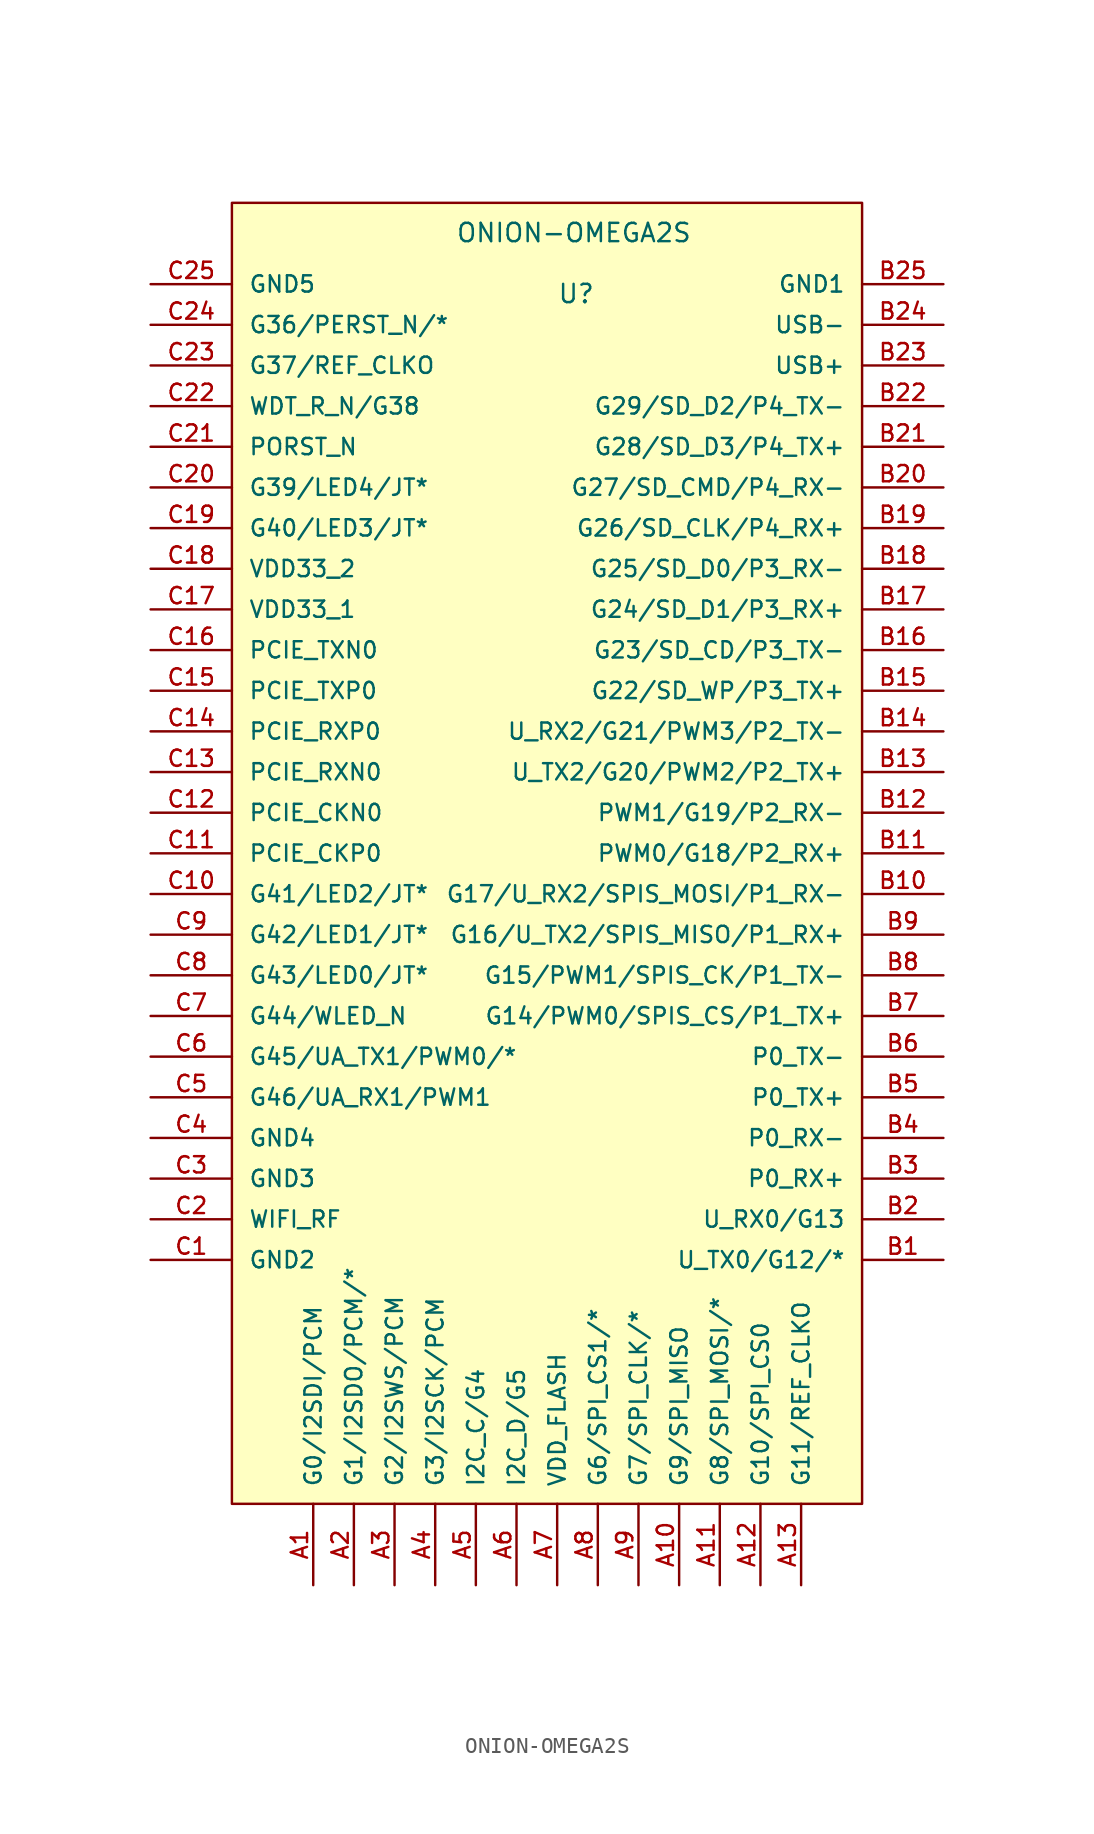
<source format=kicad_sym>
(kicad_symbol_lib
  (version 20220914)
  (generator kicad_symbol_editor)
  (symbol "ONION-OMEGA2S"
    (pin_names
      (offset 1.016))
    (property "Reference" "U"
      (at 0 34.29 0)
      (effects (font (size 1.143 1.143)) (justify left bottom)))
    (property "Value" "ONION-OMEGA2S"
      (at -6.35 38.1 0)
      (effects (font (size 1.143 1.143)) (justify left bottom)))
    (symbol "ONION-OMEGA2S_0_1"
      (rectangle (start -20.32 40.64) (end 19.05 -40.64) (stroke (width 0) (type default)) (fill (type background))))
    (symbol "ONION-OMEGA2S_1_1"
      (pin bidirectional line (at -15.24 -45.72 90) (length 5.08) (name "G0/I2SDI/PCM" (effects (font (size 1.016 1.016)))) (number "A1" (effects (font (size 1.016 1.016)))))
      (pin bidirectional line (at 7.62 -45.72 90) (length 5.08) (name "G9/SPI_MISO" (effects (font (size 1.016 1.016)))) (number "A10" (effects (font (size 1.016 1.016)))))
      (pin bidirectional line (at 10.16 -45.72 90) (length 5.08) (name "G8/SPI_MOSI/*" (effects (font (size 1.016 1.016)))) (number "A11" (effects (font (size 1.016 1.016)))))
      (pin bidirectional line (at 12.7 -45.72 90) (length 5.08) (name "G10/SPI_CS0" (effects (font (size 1.016 1.016)))) (number "A12" (effects (font (size 1.016 1.016)))))
      (pin bidirectional line (at 15.24 -45.72 90) (length 5.08) (name "G11/REF_CLKO" (effects (font (size 1.016 1.016)))) (number "A13" (effects (font (size 1.016 1.016)))))
      (pin bidirectional line (at -12.7 -45.72 90) (length 5.08) (name "G1/I2SDO/PCM/*" (effects (font (size 1.016 1.016)))) (number "A2" (effects (font (size 1.016 1.016)))))
      (pin bidirectional line (at -10.16 -45.72 90) (length 5.08) (name "G2/I2SWS/PCM" (effects (font (size 1.016 1.016)))) (number "A3" (effects (font (size 1.016 1.016)))))
      (pin bidirectional line (at -7.62 -45.72 90) (length 5.08) (name "G3/I2SCK/PCM" (effects (font (size 1.016 1.016)))) (number "A4" (effects (font (size 1.016 1.016)))))
      (pin bidirectional line (at -5.08 -45.72 90) (length 5.08) (name "I2C_C/G4" (effects (font (size 1.016 1.016)))) (number "A5" (effects (font (size 1.016 1.016)))))
      (pin bidirectional line (at -2.54 -45.72 90) (length 5.08) (name "I2C_D/G5" (effects (font (size 1.016 1.016)))) (number "A6" (effects (font (size 1.016 1.016)))))
      (pin power_in line (at 0 -45.72 90) (length 5.08) (name "VDD_FLASH" (effects (font (size 1.016 1.016)))) (number "A7" (effects (font (size 1.016 1.016)))))
      (pin bidirectional line (at 2.54 -45.72 90) (length 5.08) (name "G6/SPI_CS1/*" (effects (font (size 1.016 1.016)))) (number "A8" (effects (font (size 1.016 1.016)))))
      (pin bidirectional line (at 5.08 -45.72 90) (length 5.08) (name "G7/SPI_CLK/*" (effects (font (size 1.016 1.016)))) (number "A9" (effects (font (size 1.016 1.016)))))
      (pin bidirectional line (at 24.13 -25.4 180) (length 5.08) (name "U_TX0/G12/*" (effects (font (size 1.016 1.016)))) (number "B1" (effects (font (size 1.016 1.016)))))
      (pin bidirectional line (at 24.13 -2.54 180) (length 5.08) (name "G17/U_RX2/SPIS_MOSI/P1_RX-" (effects (font (size 1.016 1.016)))) (number "B10" (effects (font (size 1.016 1.016)))))
      (pin bidirectional line (at 24.13 0 180) (length 5.08) (name "PWM0/G18/P2_RX+" (effects (font (size 1.016 1.016)))) (number "B11" (effects (font (size 1.016 1.016)))))
      (pin bidirectional line (at 24.13 2.54 180) (length 5.08) (name "PWM1/G19/P2_RX-" (effects (font (size 1.016 1.016)))) (number "B12" (effects (font (size 1.016 1.016)))))
      (pin bidirectional line (at 24.13 5.08 180) (length 5.08) (name "U_TX2/G20/PWM2/P2_TX+" (effects (font (size 1.016 1.016)))) (number "B13" (effects (font (size 1.016 1.016)))))
      (pin bidirectional line (at 24.13 7.62 180) (length 5.08) (name "U_RX2/G21/PWM3/P2_TX-" (effects (font (size 1.016 1.016)))) (number "B14" (effects (font (size 1.016 1.016)))))
      (pin bidirectional line (at 24.13 10.16 180) (length 5.08) (name "G22/SD_WP/P3_TX+" (effects (font (size 1.016 1.016)))) (number "B15" (effects (font (size 1.016 1.016)))))
      (pin bidirectional line (at 24.13 12.7 180) (length 5.08) (name "G23/SD_CD/P3_TX-" (effects (font (size 1.016 1.016)))) (number "B16" (effects (font (size 1.016 1.016)))))
      (pin bidirectional line (at 24.13 15.24 180) (length 5.08) (name "G24/SD_D1/P3_RX+" (effects (font (size 1.016 1.016)))) (number "B17" (effects (font (size 1.016 1.016)))))
      (pin bidirectional line (at 24.13 17.78 180) (length 5.08) (name "G25/SD_D0/P3_RX-" (effects (font (size 1.016 1.016)))) (number "B18" (effects (font (size 1.016 1.016)))))
      (pin bidirectional line (at 24.13 20.32 180) (length 5.08) (name "G26/SD_CLK/P4_RX+" (effects (font (size 1.016 1.016)))) (number "B19" (effects (font (size 1.016 1.016)))))
      (pin bidirectional line (at 24.13 -22.86 180) (length 5.08) (name "U_RX0/G13" (effects (font (size 1.016 1.016)))) (number "B2" (effects (font (size 1.016 1.016)))))
      (pin bidirectional line (at 24.13 22.86 180) (length 5.08) (name "G27/SD_CMD/P4_RX-" (effects (font (size 1.016 1.016)))) (number "B20" (effects (font (size 1.016 1.016)))))
      (pin bidirectional line (at 24.13 25.4 180) (length 5.08) (name "G28/SD_D3/P4_TX+" (effects (font (size 1.016 1.016)))) (number "B21" (effects (font (size 1.016 1.016)))))
      (pin bidirectional line (at 24.13 27.94 180) (length 5.08) (name "G29/SD_D2/P4_TX-" (effects (font (size 1.016 1.016)))) (number "B22" (effects (font (size 1.016 1.016)))))
      (pin bidirectional line (at 24.13 30.48 180) (length 5.08) (name "USB+" (effects (font (size 1.016 1.016)))) (number "B23" (effects (font (size 1.016 1.016)))))
      (pin bidirectional line (at 24.13 33.02 180) (length 5.08) (name "USB-" (effects (font (size 1.016 1.016)))) (number "B24" (effects (font (size 1.016 1.016)))))
      (pin power_in line (at 24.13 35.56 180) (length 5.08) (name "GND1" (effects (font (size 1.016 1.016)))) (number "B25" (effects (font (size 1.016 1.016)))))
      (pin bidirectional line (at 24.13 -20.32 180) (length 5.08) (name "P0_RX+" (effects (font (size 1.016 1.016)))) (number "B3" (effects (font (size 1.016 1.016)))))
      (pin bidirectional line (at 24.13 -17.78 180) (length 5.08) (name "P0_RX-" (effects (font (size 1.016 1.016)))) (number "B4" (effects (font (size 1.016 1.016)))))
      (pin bidirectional line (at 24.13 -15.24 180) (length 5.08) (name "P0_TX+" (effects (font (size 1.016 1.016)))) (number "B5" (effects (font (size 1.016 1.016)))))
      (pin bidirectional line (at 24.13 -12.7 180) (length 5.08) (name "P0_TX-" (effects (font (size 1.016 1.016)))) (number "B6" (effects (font (size 1.016 1.016)))))
      (pin bidirectional line (at 24.13 -10.16 180) (length 5.08) (name "G14/PWM0/SPIS_CS/P1_TX+" (effects (font (size 1.016 1.016)))) (number "B7" (effects (font (size 1.016 1.016)))))
      (pin bidirectional line (at 24.13 -7.62 180) (length 5.08) (name "G15/PWM1/SPIS_CK/P1_TX-" (effects (font (size 1.016 1.016)))) (number "B8" (effects (font (size 1.016 1.016)))))
      (pin bidirectional line (at 24.13 -5.08 180) (length 5.08) (name "G16/U_TX2/SPIS_MISO/P1_RX+" (effects (font (size 1.016 1.016)))) (number "B9" (effects (font (size 1.016 1.016)))))
      (pin power_in line (at -25.4 -25.4 0) (length 5.08) (name "GND2" (effects (font (size 1.016 1.016)))) (number "C1" (effects (font (size 1.016 1.016)))))
      (pin bidirectional line (at -25.4 -2.54 0) (length 5.08) (name "G41/LED2/JT*" (effects (font (size 1.016 1.016)))) (number "C10" (effects (font (size 1.016 1.016)))))
      (pin bidirectional line (at -25.4 0 0) (length 5.08) (name "PCIE_CKP0" (effects (font (size 1.016 1.016)))) (number "C11" (effects (font (size 1.016 1.016)))))
      (pin bidirectional line (at -25.4 2.54 0) (length 5.08) (name "PCIE_CKN0" (effects (font (size 1.016 1.016)))) (number "C12" (effects (font (size 1.016 1.016)))))
      (pin bidirectional line (at -25.4 5.08 0) (length 5.08) (name "PCIE_RXN0" (effects (font (size 1.016 1.016)))) (number "C13" (effects (font (size 1.016 1.016)))))
      (pin bidirectional line (at -25.4 7.62 0) (length 5.08) (name "PCIE_RXP0" (effects (font (size 1.016 1.016)))) (number "C14" (effects (font (size 1.016 1.016)))))
      (pin bidirectional line (at -25.4 10.16 0) (length 5.08) (name "PCIE_TXP0" (effects (font (size 1.016 1.016)))) (number "C15" (effects (font (size 1.016 1.016)))))
      (pin bidirectional line (at -25.4 12.7 0) (length 5.08) (name "PCIE_TXN0" (effects (font (size 1.016 1.016)))) (number "C16" (effects (font (size 1.016 1.016)))))
      (pin power_in line (at -25.4 15.24 0) (length 5.08) (name "VDD33_1" (effects (font (size 1.016 1.016)))) (number "C17" (effects (font (size 1.016 1.016)))))
      (pin power_in line (at -25.4 17.78 0) (length 5.08) (name "VDD33_2" (effects (font (size 1.016 1.016)))) (number "C18" (effects (font (size 1.016 1.016)))))
      (pin bidirectional line (at -25.4 20.32 0) (length 5.08) (name "G40/LED3/JT*" (effects (font (size 1.016 1.016)))) (number "C19" (effects (font (size 1.016 1.016)))))
      (pin unspecified line (at -25.4 -22.86 0) (length 5.08) (name "WIFI_RF" (effects (font (size 1.016 1.016)))) (number "C2" (effects (font (size 1.016 1.016)))))
      (pin bidirectional line (at -25.4 22.86 0) (length 5.08) (name "G39/LED4/JT*" (effects (font (size 1.016 1.016)))) (number "C20" (effects (font (size 1.016 1.016)))))
      (pin bidirectional line (at -25.4 25.4 0) (length 5.08) (name "PORST_N" (effects (font (size 1.016 1.016)))) (number "C21" (effects (font (size 1.016 1.016)))))
      (pin bidirectional line (at -25.4 27.94 0) (length 5.08) (name "WDT_R_N/G38" (effects (font (size 1.016 1.016)))) (number "C22" (effects (font (size 1.016 1.016)))))
      (pin bidirectional line (at -25.4 30.48 0) (length 5.08) (name "G37/REF_CLKO" (effects (font (size 1.016 1.016)))) (number "C23" (effects (font (size 1.016 1.016)))))
      (pin bidirectional line (at -25.4 33.02 0) (length 5.08) (name "G36/PERST_N/*" (effects (font (size 1.016 1.016)))) (number "C24" (effects (font (size 1.016 1.016)))))
      (pin power_in line (at -25.4 35.56 0) (length 5.08) (name "GND5" (effects (font (size 1.016 1.016)))) (number "C25" (effects (font (size 1.016 1.016)))))
      (pin power_in line (at -25.4 -20.32 0) (length 5.08) (name "GND3" (effects (font (size 1.016 1.016)))) (number "C3" (effects (font (size 1.016 1.016)))))
      (pin power_in line (at -25.4 -17.78 0) (length 5.08) (name "GND4" (effects (font (size 1.016 1.016)))) (number "C4" (effects (font (size 1.016 1.016)))))
      (pin bidirectional line (at -25.4 -15.24 0) (length 5.08) (name "G46/UA_RX1/PWM1" (effects (font (size 1.016 1.016)))) (number "C5" (effects (font (size 1.016 1.016)))))
      (pin bidirectional line (at -25.4 -12.7 0) (length 5.08) (name "G45/UA_TX1/PWM0/*" (effects (font (size 1.016 1.016)))) (number "C6" (effects (font (size 1.016 1.016)))))
      (pin bidirectional line (at -25.4 -10.16 0) (length 5.08) (name "G44/WLED_N" (effects (font (size 1.016 1.016)))) (number "C7" (effects (font (size 1.016 1.016)))))
      (pin bidirectional line (at -25.4 -7.62 0) (length 5.08) (name "G43/LED0/JT*" (effects (font (size 1.016 1.016)))) (number "C8" (effects (font (size 1.016 1.016)))))
      (pin bidirectional line (at -25.4 -5.08 0) (length 5.08) (name "G42/LED1/JT*" (effects (font (size 1.016 1.016)))) (number "C9" (effects (font (size 1.016 1.016))))))))
</source>
